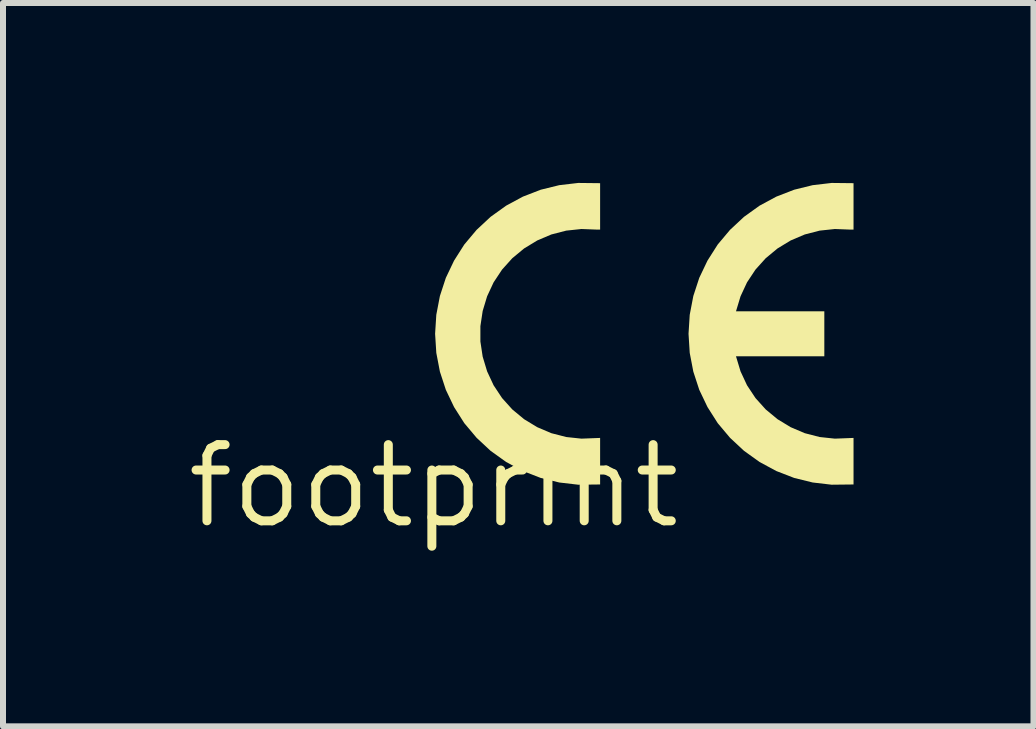
<source format=kicad_pcb>
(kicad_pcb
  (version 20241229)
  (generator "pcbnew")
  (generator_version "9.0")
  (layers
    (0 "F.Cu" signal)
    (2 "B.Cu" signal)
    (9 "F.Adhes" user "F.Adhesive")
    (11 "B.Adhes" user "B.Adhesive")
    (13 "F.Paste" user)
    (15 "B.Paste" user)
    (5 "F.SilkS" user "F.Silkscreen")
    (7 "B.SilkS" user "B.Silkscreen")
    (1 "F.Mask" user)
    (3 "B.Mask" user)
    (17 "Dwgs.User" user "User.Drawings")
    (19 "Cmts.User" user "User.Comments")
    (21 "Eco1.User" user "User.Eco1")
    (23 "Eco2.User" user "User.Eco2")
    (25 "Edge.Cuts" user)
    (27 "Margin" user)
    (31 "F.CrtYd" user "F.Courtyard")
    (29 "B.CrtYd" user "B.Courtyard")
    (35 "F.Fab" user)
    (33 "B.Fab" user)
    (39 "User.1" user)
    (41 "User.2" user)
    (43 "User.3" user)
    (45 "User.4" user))
  (footprint "footprint"
    (layer "F.Cu")
    (at 4.18 5.053)
    (property "Reference" "footprint" (at 0 0 0) (layer "F.SilkS") (effects (font (size 1.27 1.27) (thickness 0.15))))
    (fp_poly (pts (xy 4.95 -2.163) (xy 6.513 -2.163) (xy 6.513 -2.913) (xy 4.95 -2.913)) (stroke (width 0) (type solid)) (fill yes) (layer "F.SilkS"))
    (fp_poly (pts (xy 2.775 -5.049) (xy 2.775 -4.275) (xy 2.724 -4.275) (xy 2.464 -4.285) (xy 2.21 -4.258) (xy 1.962 -4.194) (xy 1.727 -4.094) (xy 1.508 -3.961) (xy 1.311 -3.798) (xy 1.14 -3.608) (xy 0.999 -3.395) (xy 0.891 -3.163) (xy 0.817 -2.918) (xy 0.779 -2.665) (xy 0.779 -2.41) (xy 0.817 -2.157) (xy 0.891 -1.912) (xy 0.999 -1.68) (xy 1.14 -1.467) (xy 1.311 -1.277) (xy 1.508 -1.114) (xy 1.727 -0.981) (xy 1.962 -0.881) (xy 2.21 -0.817) (xy 2.464 -0.79) (xy 2.775 -0.802) (xy 2.775 -0.026) (xy 2.41 -0.022) (xy 2.094 -0.059) (xy 1.785 -0.135) (xy 1.488 -0.25) (xy 1.208 -0.401) (xy 0.949 -0.587) (xy 0.716 -0.804) (xy 0.511 -1.048) (xy 0.34 -1.317) (xy 0.203 -1.604) (xy 0.104 -1.907) (xy 0.044 -2.22) (xy 0.024 -2.538) (xy 0.044 -2.855) (xy 0.104 -3.168) (xy 0.203 -3.471) (xy 0.34 -3.758) (xy 0.511 -4.027) (xy 0.716 -4.271) (xy 0.949 -4.488) (xy 1.208 -4.674) (xy 1.488 -4.825) (xy 1.785 -4.94) (xy 2.094 -5.016) (xy 2.41 -5.053)) (stroke (width 0) (type solid)) (fill yes) (layer "F.SilkS"))
    (fp_poly (pts (xy 7 -5.049) (xy 7 -4.275) (xy 6.949 -4.275) (xy 6.689 -4.285) (xy 6.435 -4.258) (xy 6.187 -4.194) (xy 5.952 -4.094) (xy 5.733 -3.961) (xy 5.536 -3.798) (xy 5.365 -3.608) (xy 5.224 -3.395) (xy 5.116 -3.163) (xy 5.042 -2.918) (xy 5.004 -2.665) (xy 5.004 -2.41) (xy 5.042 -2.157) (xy 5.116 -1.912) (xy 5.224 -1.68) (xy 5.365 -1.467) (xy 5.536 -1.277) (xy 5.733 -1.114) (xy 5.952 -0.981) (xy 6.187 -0.881) (xy 6.435 -0.817) (xy 6.689 -0.79) (xy 7 -0.802) (xy 7 -0.026) (xy 6.635 -0.022) (xy 6.319 -0.059) (xy 6.01 -0.135) (xy 5.713 -0.25) (xy 5.433 -0.401) (xy 5.174 -0.587) (xy 4.941 -0.804) (xy 4.736 -1.048) (xy 4.565 -1.317) (xy 4.428 -1.604) (xy 4.329 -1.907) (xy 4.269 -2.22) (xy 4.249 -2.538) (xy 4.269 -2.855) (xy 4.329 -3.168) (xy 4.428 -3.471) (xy 4.565 -3.758) (xy 4.736 -4.027) (xy 4.941 -4.271) (xy 5.174 -4.488) (xy 5.433 -4.674) (xy 5.713 -4.825) (xy 6.01 -4.94) (xy 6.319 -5.016) (xy 6.635 -5.053)) (stroke (width 0) (type solid)) (fill yes) (layer "F.SilkS")))
  (gr_rect
    (start -3 -3)
    (end 14.18 9.059)
    (stroke (width 0.1) (type default))
    (fill no)
    (layer "Edge.Cuts")))
</source>
